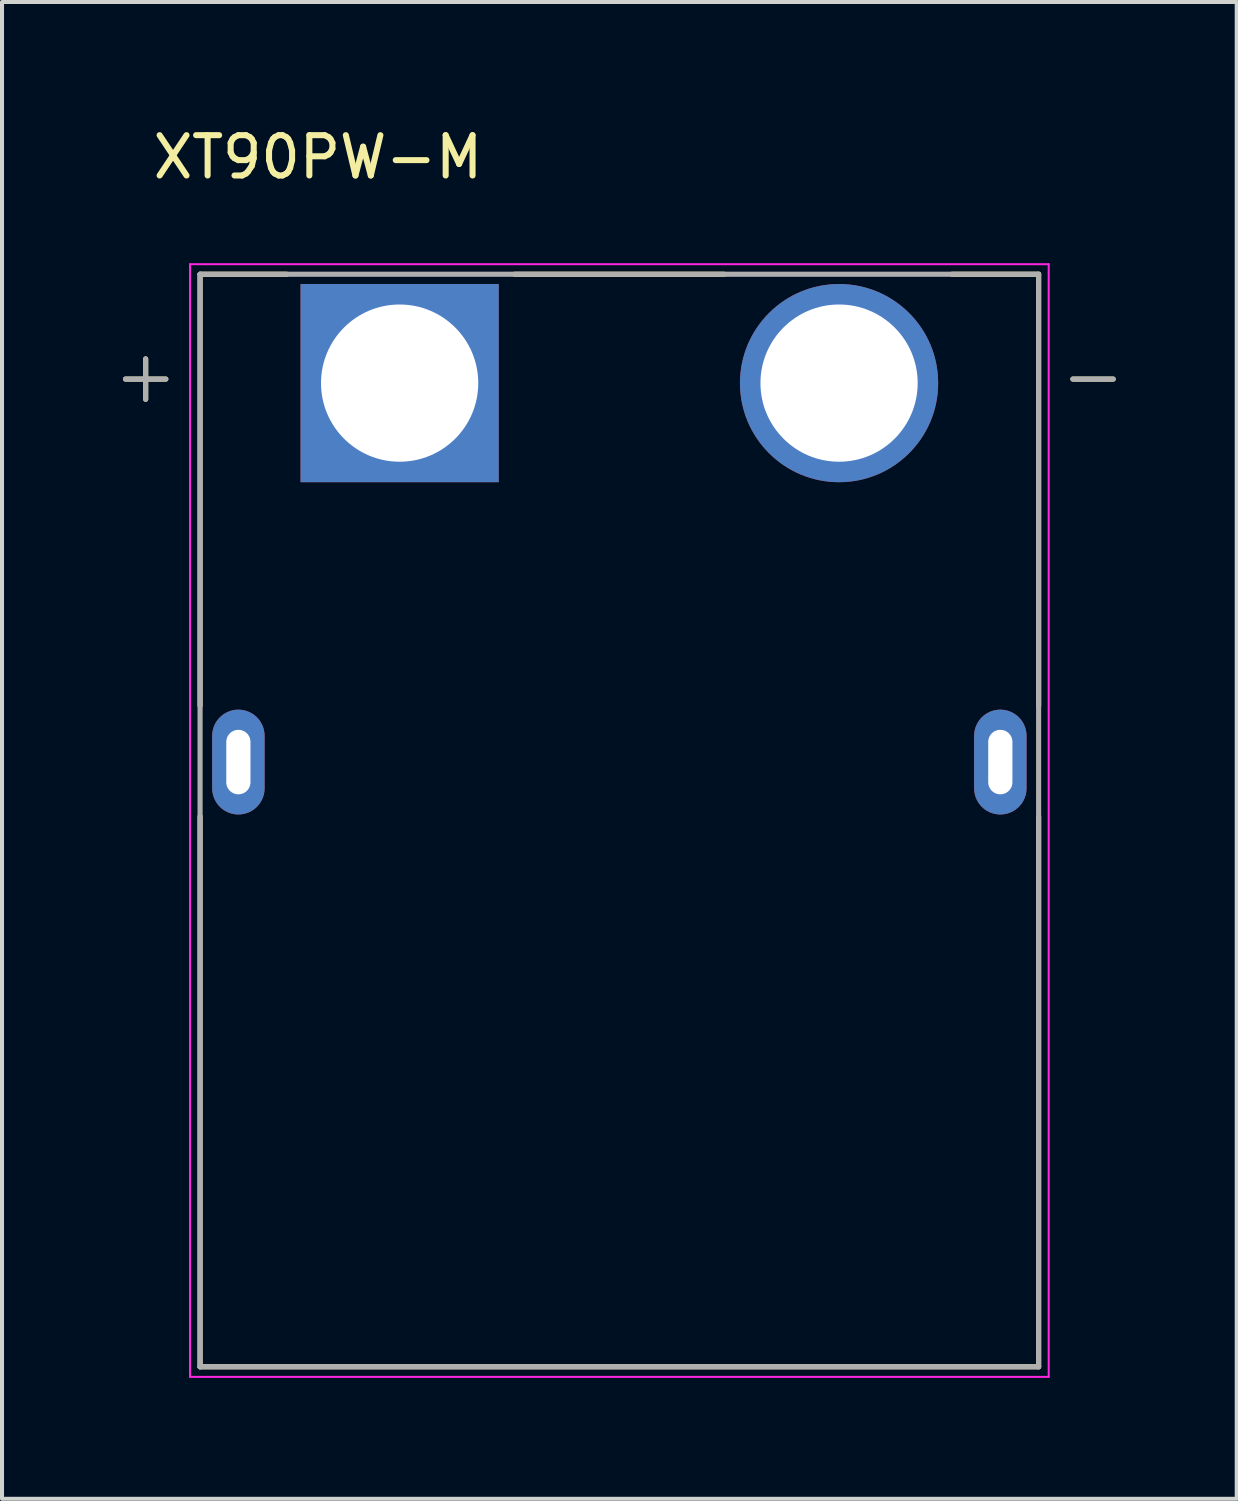
<source format=kicad_pcb>
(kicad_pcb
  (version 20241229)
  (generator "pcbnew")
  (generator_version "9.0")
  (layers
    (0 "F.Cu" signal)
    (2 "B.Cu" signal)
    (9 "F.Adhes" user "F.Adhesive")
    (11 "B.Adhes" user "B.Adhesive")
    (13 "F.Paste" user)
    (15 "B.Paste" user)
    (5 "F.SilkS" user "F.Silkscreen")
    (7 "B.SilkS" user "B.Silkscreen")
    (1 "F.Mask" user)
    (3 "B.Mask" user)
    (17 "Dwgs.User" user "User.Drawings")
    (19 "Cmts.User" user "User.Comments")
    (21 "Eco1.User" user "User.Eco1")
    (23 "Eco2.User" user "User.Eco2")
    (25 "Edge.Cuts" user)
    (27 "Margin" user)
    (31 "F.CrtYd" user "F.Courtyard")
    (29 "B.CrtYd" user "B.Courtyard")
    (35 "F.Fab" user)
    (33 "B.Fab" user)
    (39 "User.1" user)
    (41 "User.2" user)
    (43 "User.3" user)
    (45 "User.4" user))
  (footprint "XT90PW-M"
    (layer "F.Cu")
    (at 12.313 15.853)
    (property "Reference" "XT90PW-M" (at -7.475 -15.005 0) (layer "F.SilkS") (effects (font (size 1 1) (thickness 0.15))))
    (attr through_hole)
    (fp_line (start -11.75 -9) (end -11.75 -10) (stroke (width 0.127) (type solid)) (layer "F.SilkS"))
    (fp_line (start -11.25 -9.5) (end -12.25 -9.5) (stroke (width 0.127) (type solid)) (layer "F.SilkS"))
    (fp_line (start -10.4 -12.1) (end -10.4 -1.4) (stroke (width 0.127) (type solid)) (layer "F.SilkS"))
    (fp_line (start -10.4 1.35) (end -10.4 15) (stroke (width 0.127) (type solid)) (layer "F.SilkS"))
    (fp_line (start -10.4 15) (end 10.4 15) (stroke (width 0.127) (type solid)) (layer "F.SilkS"))
    (fp_line (start -8.25 -12.1) (end -10.4 -12.1) (stroke (width 0.127) (type solid)) (layer "F.SilkS"))
    (fp_line (start -2.6 -12.1) (end 2.6 -12.1) (stroke (width 0.127) (type solid)) (layer "F.SilkS"))
    (fp_line (start 10.4 -12.1) (end 8.25 -12.1) (stroke (width 0.127) (type solid)) (layer "F.SilkS"))
    (fp_line (start 10.4 -1.4) (end 10.4 -12.1) (stroke (width 0.127) (type solid)) (layer "F.SilkS"))
    (fp_line (start 10.4 15) (end 10.4 1.35) (stroke (width 0.127) (type solid)) (layer "F.SilkS"))
    (fp_line (start 11.25 -9.5) (end 12.25 -9.5) (stroke (width 0.127) (type solid)) (layer "F.SilkS"))
    (fp_line (start -10.65 -12.35) (end 10.65 -12.35) (stroke (width 0.05) (type solid)) (layer "F.CrtYd"))
    (fp_line (start -10.65 15.25) (end -10.65 -12.35) (stroke (width 0.05) (type solid)) (layer "F.CrtYd"))
    (fp_line (start 10.65 -12.35) (end 10.65 15.25) (stroke (width 0.05) (type solid)) (layer "F.CrtYd"))
    (fp_line (start 10.65 15.25) (end -10.65 15.25) (stroke (width 0.05) (type solid)) (layer "F.CrtYd"))
    (fp_line (start -11.75 -9) (end -11.75 -10) (stroke (width 0.127) (type solid)) (layer "F.Fab"))
    (fp_line (start -11.25 -9.5) (end -12.25 -9.5) (stroke (width 0.127) (type solid)) (layer "F.Fab"))
    (fp_line (start -10.4 -12.1) (end 10.4 -12.1) (stroke (width 0.127) (type solid)) (layer "F.Fab"))
    (fp_line (start -10.4 15) (end -10.4 -12.1) (stroke (width 0.127) (type solid)) (layer "F.Fab"))
    (fp_line (start 10.4 -12.1) (end 10.4 15) (stroke (width 0.127) (type solid)) (layer "F.Fab"))
    (fp_line (start 10.4 15) (end -10.4 15) (stroke (width 0.127) (type solid)) (layer "F.Fab"))
    (fp_line (start 12.25 -9.5) (end 11.25 -9.5) (stroke (width 0.127) (type solid)) (layer "F.Fab"))
    (pad "N" thru_hole circle (at 5.45 -9.4) (size 4.916 4.916) (drill 3.9) (layers "*.Cu" "*.Mask"))
    (pad "P" thru_hole rect (at -5.45 -9.4) (size 4.916 4.916) (drill 3.9) (layers "*.Cu" "*.Mask"))
    (pad "S1" thru_hole oval (at -9.45 0) (size 1.3 2.6) (drill oval 0.6 1.6) (layers "*.Cu" "*.Mask"))
    (pad "S2" thru_hole oval (at 9.45 0) (size 1.3 2.6) (drill oval 0.6 1.6) (layers "*.Cu" "*.Mask")))
  (gr_rect
    (start -3 -3)
    (end 27.627 34.128)
    (stroke (width 0.1) (type default))
    (fill no)
    (layer "Edge.Cuts")))
</source>
